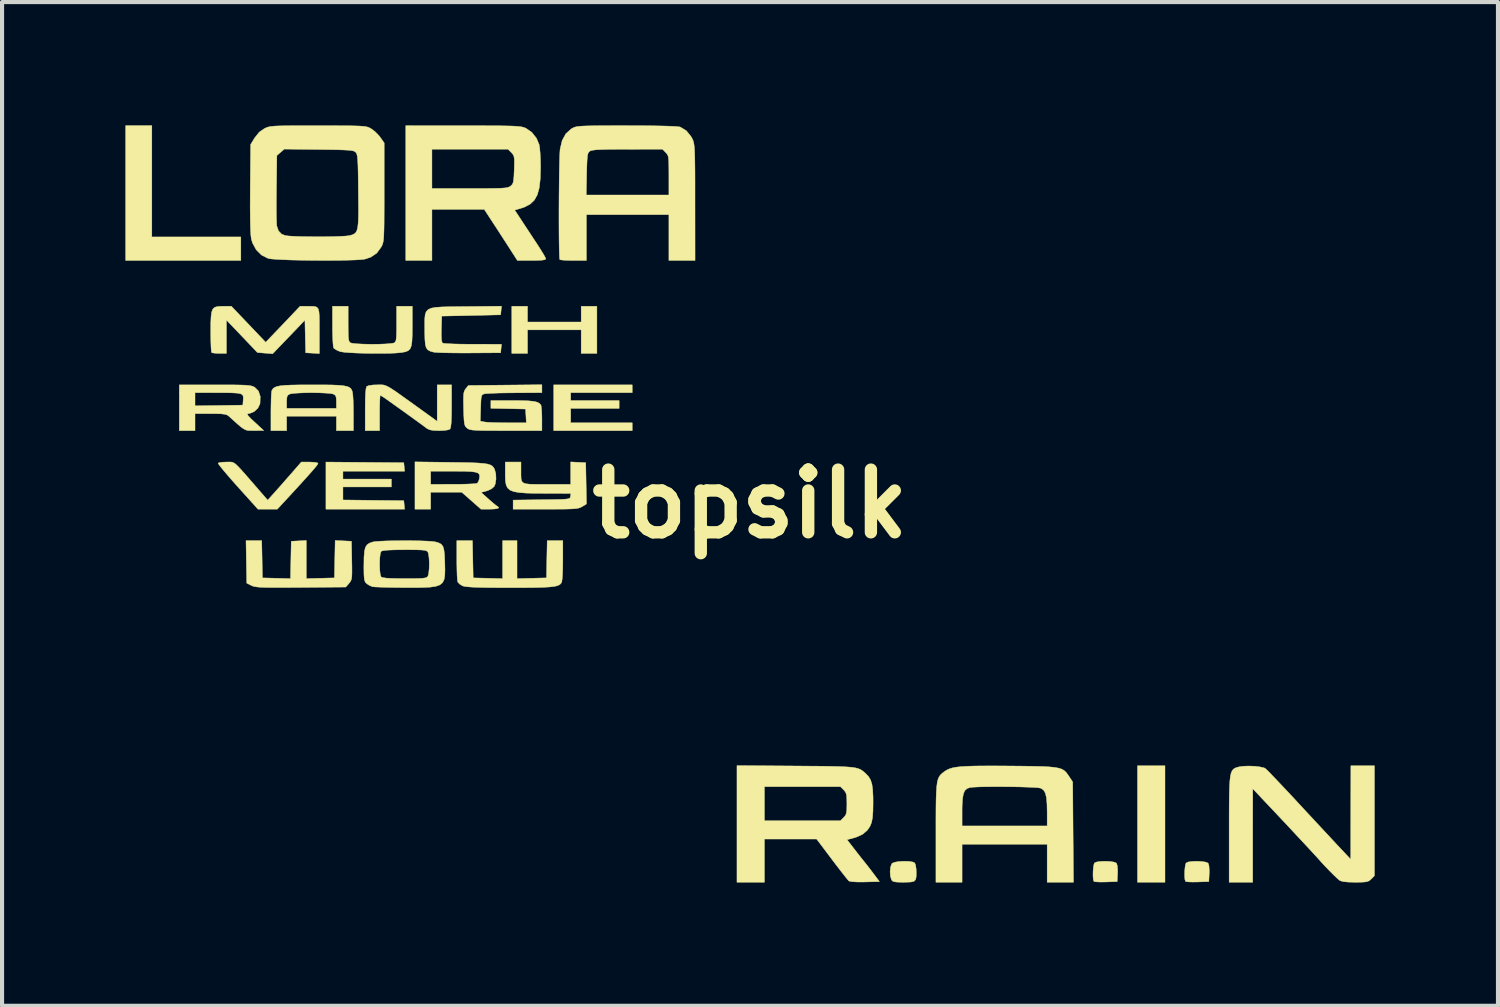
<source format=kicad_pcb>
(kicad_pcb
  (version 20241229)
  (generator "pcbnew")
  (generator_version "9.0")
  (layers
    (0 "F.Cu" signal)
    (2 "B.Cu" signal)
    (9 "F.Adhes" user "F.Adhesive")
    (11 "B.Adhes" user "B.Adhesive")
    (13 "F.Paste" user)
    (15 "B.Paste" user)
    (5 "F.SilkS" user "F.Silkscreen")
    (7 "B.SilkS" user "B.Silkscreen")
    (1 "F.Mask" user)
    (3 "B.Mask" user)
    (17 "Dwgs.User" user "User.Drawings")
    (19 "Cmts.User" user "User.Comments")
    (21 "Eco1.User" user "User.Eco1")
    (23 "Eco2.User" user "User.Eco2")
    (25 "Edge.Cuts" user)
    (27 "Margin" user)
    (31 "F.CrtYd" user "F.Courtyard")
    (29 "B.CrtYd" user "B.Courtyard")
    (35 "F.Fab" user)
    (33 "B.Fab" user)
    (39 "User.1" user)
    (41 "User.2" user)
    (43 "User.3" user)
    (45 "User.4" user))
  (footprint "topsilk"
    (layer "F.Cu")
    (at 15.188 9.204)
    (property "Reference" "topsilk" (at 0 0 0) (layer "F.SilkS") (effects (font (size 1.524 1.524) (thickness 0.3))))
    (attr through_hole)
    (fp_poly (pts (xy 10.09 9.199) (xy 9.422 9.199) (xy 9.422 6.366) (xy 10.09 6.366) (xy 10.09 9.199)) (stroke (width 0.01) (type solid)) (fill yes) (layer "F.SilkS"))
    (fp_poly (pts (xy -14.546 -6.493) (xy -12.382 -6.493) (xy -12.382 -5.92) (xy -15.183 -5.92) (xy -15.183 -9.199) (xy -14.546 -9.199) (xy -14.546 -6.493)) (stroke (width 0.01) (type solid)) (fill yes) (layer "F.SilkS"))
    (fp_poly (pts (xy -5.411 -4.424) (xy -4.106 -4.424) (xy -4.106 -4.806) (xy -3.724 -4.806) (xy -3.724 -3.66) (xy -4.106 -3.66) (xy -4.106 -4.233) (xy -5.411 -4.233) (xy -5.411 -3.66) (xy -5.793 -3.66) (xy -5.793 -4.806) (xy -5.411 -4.806) (xy -5.411 -4.424)) (stroke (width 0.01) (type solid)) (fill yes) (layer "F.SilkS"))
    (fp_poly (pts (xy -2.865 -2.706) (xy -4.361 -2.706) (xy -4.361 -2.515) (xy -3.183 -2.515) (xy -3.183 -2.324) (xy -4.361 -2.324) (xy -4.361 -1.973) (xy -2.865 -1.973) (xy -2.865 -1.782) (xy -4.774 -1.782) (xy -4.774 -2.896) (xy -2.865 -2.896) (xy -2.865 -2.706)) (stroke (width 0.01) (type solid)) (fill yes) (layer "F.SilkS"))
    (fp_poly (pts (xy -8.419 -1.003) (xy -8.399 -0.796) (xy -9.899 -0.796) (xy -9.899 -0.605) (xy -8.721 -0.605) (xy -8.721 -0.414) (xy -9.899 -0.414) (xy -9.899 -0.097) (xy -9.159 -0.088) (xy -8.419 -0.08) (xy -8.409 0.024) (xy -8.399 0.127) (xy -10.313 0.127) (xy -10.313 -1.019) (xy -8.419 -1.003)) (stroke (width 0.01) (type solid)) (fill yes) (layer "F.SilkS"))
    (fp_poly (pts (xy 8.762 8.695) (xy 8.856 8.71) (xy 8.909 8.734) (xy 8.91 8.734) (xy 8.93 8.794) (xy 8.939 8.901) (xy 8.938 8.981) (xy 8.928 9.183) (xy 8.656 9.192) (xy 8.53 9.194) (xy 8.429 9.19) (xy 8.37 9.182) (xy 8.362 9.179) (xy 8.346 9.131) (xy 8.34 9.042) (xy 8.341 8.935) (xy 8.35 8.831) (xy 8.365 8.754) (xy 8.378 8.728) (xy 8.433 8.705) (xy 8.529 8.692) (xy 8.646 8.689) (xy 8.762 8.695)) (stroke (width 0.01) (type solid)) (fill yes) (layer "F.SilkS"))
    (fp_poly (pts (xy 10.99 8.695) (xy 11.085 8.71) (xy 11.138 8.734) (xy 11.138 8.734) (xy 11.159 8.794) (xy 11.167 8.901) (xy 11.166 8.981) (xy 11.156 9.183) (xy 10.884 9.192) (xy 10.758 9.194) (xy 10.657 9.19) (xy 10.598 9.182) (xy 10.59 9.179) (xy 10.574 9.131) (xy 10.568 9.042) (xy 10.569 8.935) (xy 10.578 8.831) (xy 10.593 8.754) (xy 10.606 8.728) (xy 10.661 8.705) (xy 10.757 8.692) (xy 10.874 8.689) (xy 10.99 8.695)) (stroke (width 0.01) (type solid)) (fill yes) (layer "F.SilkS"))
    (fp_poly (pts (xy 3.854 8.691) (xy 3.951 8.705) (xy 4.004 8.728) (xy 4.025 8.779) (xy 4.039 8.874) (xy 4.042 8.963) (xy 4.04 9.068) (xy 4.026 9.136) (xy 3.988 9.175) (xy 3.916 9.193) (xy 3.798 9.198) (xy 3.707 9.199) (xy 3.582 9.196) (xy 3.505 9.187) (xy 3.461 9.167) (xy 3.439 9.137) (xy 3.413 9.05) (xy 3.406 8.939) (xy 3.417 8.832) (xy 3.445 8.753) (xy 3.456 8.739) (xy 3.515 8.713) (xy 3.615 8.696) (xy 3.735 8.688) (xy 3.854 8.691)) (stroke (width 0.01) (type solid)) (fill yes) (layer "F.SilkS"))
    (fp_poly (pts (xy -10.79 1.816) (xy -10.448 1.807) (xy -10.106 1.798) (xy -10.088 0.888) (xy -9.692 0.907) (xy -9.683 1.374) (xy -9.68 1.556) (xy -9.68 1.685) (xy -9.684 1.774) (xy -9.694 1.835) (xy -9.712 1.877) (xy -9.737 1.914) (xy -9.752 1.931) (xy -9.83 2.021) (xy -10.923 2.03) (xy -11.219 2.032) (xy -11.458 2.033) (xy -11.647 2.032) (xy -11.793 2.03) (xy -11.904 2.026) (xy -11.985 2.019) (xy -12.044 2.01) (xy -12.088 1.999) (xy -12.123 1.984) (xy -12.127 1.982) (xy -12.238 1.926) (xy -12.256 0.891) (xy -11.874 0.891) (xy -11.865 1.345) (xy -11.857 1.798) (xy -11.515 1.807) (xy -11.174 1.816) (xy -11.165 1.362) (xy -11.156 0.907) (xy -10.973 0.898) (xy -10.79 0.888) (xy -10.79 1.816)) (stroke (width 0.01) (type solid)) (fill yes) (layer "F.SilkS"))
    (fp_poly (pts (xy -6.064 -4.599) (xy -7.496 -4.568) (xy -7.505 -4.252) (xy -7.507 -4.092) (xy -7.501 -3.986) (xy -7.487 -3.927) (xy -7.473 -3.91) (xy -7.43 -3.903) (xy -7.334 -3.896) (xy -7.193 -3.89) (xy -7.019 -3.886) (xy -6.82 -3.884) (xy -6.738 -3.884) (xy -6.044 -3.883) (xy -6.054 -3.78) (xy -6.064 -3.676) (xy -6.827 -3.671) (xy -7.048 -3.671) (xy -7.253 -3.673) (xy -7.431 -3.676) (xy -7.573 -3.681) (xy -7.668 -3.688) (xy -7.698 -3.692) (xy -7.779 -3.715) (xy -7.836 -3.747) (xy -7.874 -3.799) (xy -7.896 -3.879) (xy -7.906 -4) (xy -7.91 -4.17) (xy -7.91 -4.234) (xy -7.911 -4.388) (xy -7.909 -4.511) (xy -7.899 -4.606) (xy -7.874 -4.677) (xy -7.826 -4.727) (xy -7.751 -4.761) (xy -7.64 -4.781) (xy -7.489 -4.791) (xy -7.29 -4.796) (xy -7.036 -4.799) (xy -6.904 -4.8) (xy -6.043 -4.809) (xy -6.064 -4.599)) (stroke (width 0.01) (type solid)) (fill yes) (layer "F.SilkS"))
    (fp_poly (pts (xy -12.589 -1.014) (xy -12.549 -0.997) (xy -12.503 -0.964) (xy -12.445 -0.908) (xy -12.368 -0.826) (xy -12.268 -0.713) (xy -12.137 -0.562) (xy -11.969 -0.369) (xy -11.968 -0.367) (xy -11.729 -0.092) (xy -11.591 -0.245) (xy -11.515 -0.33) (xy -11.41 -0.448) (xy -11.293 -0.582) (xy -11.182 -0.708) (xy -10.911 -1.019) (xy -10.707 -1.019) (xy -10.603 -1.014) (xy -10.529 -1.003) (xy -10.504 -0.989) (xy -10.512 -0.969) (xy -10.537 -0.932) (xy -10.585 -0.874) (xy -10.657 -0.79) (xy -10.758 -0.676) (xy -10.89 -0.53) (xy -11.058 -0.346) (xy -11.265 -0.121) (xy -11.341 -0.039) (xy -11.495 0.127) (xy -11.965 0.127) (xy -12.458 -0.42) (xy -12.597 -0.576) (xy -12.72 -0.718) (xy -12.82 -0.837) (xy -12.892 -0.927) (xy -12.931 -0.981) (xy -12.935 -0.993) (xy -12.897 -1.007) (xy -12.815 -1.016) (xy -12.731 -1.019) (xy -12.673 -1.02) (xy -12.628 -1.02) (xy -12.589 -1.014)) (stroke (width 0.01) (type solid)) (fill yes) (layer "F.SilkS"))
    (fp_poly (pts (xy -6.741 1.345) (xy -6.732 1.798) (xy -6.016 1.816) (xy -6.016 0.891) (xy -5.666 0.891) (xy -5.666 1.816) (xy -4.949 1.798) (xy -4.941 1.345) (xy -4.932 0.891) (xy -4.552 0.891) (xy -4.552 1.371) (xy -4.554 1.543) (xy -4.559 1.696) (xy -4.567 1.817) (xy -4.578 1.893) (xy -4.583 1.909) (xy -4.606 1.942) (xy -4.641 1.969) (xy -4.694 1.991) (xy -4.77 2.007) (xy -4.877 2.019) (xy -5.021 2.027) (xy -5.207 2.033) (xy -5.442 2.035) (xy -5.732 2.036) (xy -5.853 2.036) (xy -6.159 2.035) (xy -6.407 2.033) (xy -6.604 2.029) (xy -6.754 2.023) (xy -6.864 2.015) (xy -6.939 2.006) (xy -6.986 1.993) (xy -6.99 1.992) (xy -7.064 1.947) (xy -7.108 1.897) (xy -7.109 1.895) (xy -7.116 1.845) (xy -7.123 1.744) (xy -7.127 1.606) (xy -7.13 1.441) (xy -7.13 1.366) (xy -7.13 0.891) (xy -6.75 0.891) (xy -6.741 1.345)) (stroke (width 0.01) (type solid)) (fill yes) (layer "F.SilkS"))
    (fp_poly (pts (xy -10.584 -4.802) (xy -10.533 -4.784) (xy -10.5 -4.744) (xy -10.482 -4.674) (xy -10.474 -4.566) (xy -10.472 -4.41) (xy -10.472 -4.212) (xy -10.472 -3.657) (xy -10.639 -3.667) (xy -10.806 -3.676) (xy -10.815 -4.073) (xy -10.824 -4.469) (xy -11.216 -4.06) (xy -11.608 -3.652) (xy -11.979 -3.682) (xy -12.355 -4.077) (xy -12.732 -4.472) (xy -12.732 -4.066) (xy -12.732 -3.66) (xy -12.902 -3.66) (xy -13.001 -3.664) (xy -13.072 -3.674) (xy -13.093 -3.682) (xy -13.1 -3.719) (xy -13.106 -3.809) (xy -13.111 -3.939) (xy -13.113 -4.098) (xy -13.114 -4.184) (xy -13.113 -4.397) (xy -13.106 -4.555) (xy -13.091 -4.666) (xy -13.063 -4.739) (xy -13.017 -4.781) (xy -12.951 -4.8) (xy -12.859 -4.806) (xy -12.813 -4.806) (xy -12.611 -4.806) (xy -12.194 -4.369) (xy -11.777 -3.931) (xy -11.549 -4.17) (xy -11.425 -4.299) (xy -11.291 -4.44) (xy -11.17 -4.567) (xy -11.132 -4.607) (xy -10.943 -4.806) (xy -10.758 -4.806) (xy -10.658 -4.807) (xy -10.584 -4.802)) (stroke (width 0.01) (type solid)) (fill yes) (layer "F.SilkS"))
    (fp_poly (pts (xy -3.995 -1.003) (xy -3.986 -0.501) (xy -3.977 -0.000047) (xy -4.081 0.064) (xy -4.118 0.083) (xy -4.16 0.099) (xy -4.215 0.11) (xy -4.293 0.118) (xy -4.401 0.123) (xy -4.548 0.126) (xy -4.742 0.127) (xy -4.973 0.127) (xy -5.761 0.127) (xy -5.761 -0.094) (xy -5.069 -0.103) (xy -4.842 -0.106) (xy -4.671 -0.109) (xy -4.548 -0.113) (xy -4.464 -0.119) (xy -4.412 -0.128) (xy -4.384 -0.141) (xy -4.372 -0.158) (xy -4.367 -0.181) (xy -4.366 -0.183) (xy -4.356 -0.255) (xy -4.939 -0.257) (xy -5.22 -0.258) (xy -5.443 -0.264) (xy -5.616 -0.277) (xy -5.744 -0.3) (xy -5.835 -0.336) (xy -5.895 -0.388) (xy -5.93 -0.459) (xy -5.947 -0.553) (xy -5.952 -0.672) (xy -5.952 -0.736) (xy -5.952 -1.019) (xy -5.57 -1.019) (xy -5.57 -0.82) (xy -5.57 -0.702) (xy -5.567 -0.615) (xy -5.552 -0.554) (xy -5.516 -0.514) (xy -5.452 -0.491) (xy -5.352 -0.48) (xy -5.206 -0.477) (xy -5.007 -0.477) (xy -4.946 -0.477) (xy -4.361 -0.477) (xy -4.361 -1.022) (xy -3.995 -1.003)) (stroke (width 0.01) (type solid)) (fill yes) (layer "F.SilkS"))
    (fp_poly (pts (xy -9.772 -4.378) (xy -9.771 -4.204) (xy -9.768 -4.083) (xy -9.761 -4.004) (xy -9.749 -3.956) (xy -9.73 -3.929) (xy -9.71 -3.916) (xy -9.657 -3.904) (xy -9.552 -3.894) (xy -9.409 -3.887) (xy -9.241 -3.883) (xy -9.183 -3.883) (xy -9.009 -3.885) (xy -8.856 -3.891) (xy -8.738 -3.901) (xy -8.667 -3.912) (xy -8.656 -3.916) (xy -8.631 -3.935) (xy -8.613 -3.966) (xy -8.603 -4.02) (xy -8.597 -4.108) (xy -8.594 -4.242) (xy -8.594 -4.378) (xy -8.594 -4.806) (xy -8.212 -4.806) (xy -8.212 -4.314) (xy -8.214 -4.105) (xy -8.221 -3.951) (xy -8.237 -3.842) (xy -8.267 -3.77) (xy -8.315 -3.725) (xy -8.383 -3.699) (xy -8.478 -3.682) (xy -8.489 -3.68) (xy -8.605 -3.67) (xy -8.762 -3.663) (xy -8.947 -3.66) (xy -9.148 -3.66) (xy -9.352 -3.663) (xy -9.547 -3.669) (xy -9.721 -3.677) (xy -9.861 -3.688) (xy -9.954 -3.702) (xy -9.975 -3.707) (xy -10.06 -3.745) (xy -10.118 -3.784) (xy -10.126 -3.794) (xy -10.135 -3.839) (xy -10.143 -3.935) (xy -10.149 -4.071) (xy -10.153 -4.234) (xy -10.153 -4.321) (xy -10.154 -4.806) (xy -9.772 -4.806) (xy -9.772 -4.378)) (stroke (width 0.01) (type solid)) (fill yes) (layer "F.SilkS"))
    (fp_poly (pts (xy -8.954 -2.897) (xy -8.909 -2.892) (xy -8.861 -2.878) (xy -8.805 -2.852) (xy -8.734 -2.811) (xy -8.642 -2.751) (xy -8.522 -2.667) (xy -8.368 -2.557) (xy -8.173 -2.417) (xy -7.981 -2.279) (xy -7.607 -2.009) (xy -7.607 -2.896) (xy -7.257 -2.896) (xy -7.257 -2.378) (xy -7.259 -2.154) (xy -7.265 -1.99) (xy -7.276 -1.883) (xy -7.291 -1.827) (xy -7.295 -1.821) (xy -7.348 -1.8) (xy -7.449 -1.786) (xy -7.562 -1.782) (xy -7.698 -1.787) (xy -7.789 -1.803) (xy -7.854 -1.834) (xy -7.869 -1.845) (xy -7.924 -1.886) (xy -8.02 -1.957) (xy -8.148 -2.05) (xy -8.298 -2.158) (xy -8.46 -2.275) (xy -8.623 -2.391) (xy -8.777 -2.501) (xy -8.824 -2.535) (xy -8.908 -2.593) (xy -8.97 -2.631) (xy -8.992 -2.642) (xy -8.997 -2.612) (xy -9.002 -2.53) (xy -9.006 -2.408) (xy -9.008 -2.256) (xy -9.008 -2.212) (xy -9.008 -1.782) (xy -9.358 -1.782) (xy -9.358 -2.301) (xy -9.356 -2.525) (xy -9.35 -2.688) (xy -9.339 -2.796) (xy -9.324 -2.852) (xy -9.32 -2.858) (xy -9.267 -2.879) (xy -9.168 -2.893) (xy -9.064 -2.896) (xy -9.004 -2.897) (xy -8.954 -2.897)) (stroke (width 0.01) (type solid)) (fill yes) (layer "F.SilkS"))
    (fp_poly (pts (xy -7.281 -1.012) (xy -7.001 -1.008) (xy -6.778 -1.003) (xy -6.605 -0.995) (xy -6.474 -0.984) (xy -6.378 -0.969) (xy -6.311 -0.947) (xy -6.265 -0.919) (xy -6.234 -0.883) (xy -6.21 -0.838) (xy -6.182 -0.731) (xy -6.177 -0.604) (xy -6.195 -0.487) (xy -6.224 -0.422) (xy -6.285 -0.369) (xy -6.378 -0.325) (xy -6.406 -0.316) (xy -6.539 -0.28) (xy -6.349 -0.11) (xy -6.257 -0.03) (xy -6.183 0.031) (xy -6.14 0.061) (xy -6.135 0.062) (xy -6.112 0.088) (xy -6.111 0.095) (xy -6.141 0.112) (xy -6.219 0.123) (xy -6.327 0.127) (xy -6.542 0.127) (xy -6.777 -0.08) (xy -7.012 -0.286) (xy -7.766 -0.286) (xy -7.766 0.127) (xy -8.148 0.127) (xy -8.148 -0.796) (xy -7.766 -0.796) (xy -7.766 -0.477) (xy -7.217 -0.478) (xy -7.035 -0.479) (xy -6.875 -0.483) (xy -6.746 -0.489) (xy -6.662 -0.496) (xy -6.633 -0.502) (xy -6.602 -0.548) (xy -6.582 -0.615) (xy -6.575 -0.675) (xy -6.584 -0.72) (xy -6.618 -0.753) (xy -6.683 -0.774) (xy -6.787 -0.787) (xy -6.937 -0.794) (xy -7.142 -0.796) (xy -7.212 -0.796) (xy -7.766 -0.796) (xy -8.148 -0.796) (xy -8.148 -1.023) (xy -7.281 -1.012)) (stroke (width 0.01) (type solid)) (fill yes) (layer "F.SilkS"))
    (fp_poly (pts (xy -13.01 -2.896) (xy -12.751 -2.896) (xy -12.547 -2.895) (xy -12.391 -2.892) (xy -12.275 -2.888) (xy -12.191 -2.881) (xy -12.131 -2.871) (xy -12.087 -2.858) (xy -12.052 -2.84) (xy -12.041 -2.834) (xy -11.953 -2.745) (xy -11.91 -2.615) (xy -11.915 -2.45) (xy -11.918 -2.433) (xy -11.967 -2.33) (xy -12.057 -2.246) (xy -12.168 -2.2) (xy -12.207 -2.196) (xy -12.225 -2.184) (xy -12.206 -2.148) (xy -12.144 -2.081) (xy -12.047 -1.99) (xy -11.825 -1.785) (xy -12.052 -1.784) (xy -12.136 -1.783) (xy -12.2 -1.786) (xy -12.255 -1.797) (xy -12.31 -1.824) (xy -12.377 -1.871) (xy -12.464 -1.945) (xy -12.582 -2.051) (xy -12.682 -2.141) (xy -12.719 -2.165) (xy -12.775 -2.181) (xy -12.86 -2.191) (xy -12.987 -2.195) (xy -13.12 -2.196) (xy -13.496 -2.196) (xy -13.496 -1.782) (xy -13.878 -1.782) (xy -13.878 -2.386) (xy -13.496 -2.386) (xy -12.915 -2.394) (xy -12.334 -2.403) (xy -12.324 -2.534) (xy -12.322 -2.591) (xy -12.329 -2.633) (xy -12.354 -2.664) (xy -12.404 -2.684) (xy -12.488 -2.696) (xy -12.612 -2.702) (xy -12.786 -2.705) (xy -12.979 -2.705) (xy -13.496 -2.706) (xy -13.496 -2.386) (xy -13.878 -2.386) (xy -13.878 -2.896) (xy -13.01 -2.896)) (stroke (width 0.01) (type solid)) (fill yes) (layer "F.SilkS"))
    (fp_poly (pts (xy -10.376 -2.896) (xy -10.162 -2.893) (xy -9.997 -2.886) (xy -9.876 -2.873) (xy -9.789 -2.855) (xy -9.732 -2.828) (xy -9.696 -2.792) (xy -9.675 -2.745) (xy -9.665 -2.703) (xy -9.657 -2.633) (xy -9.65 -2.515) (xy -9.646 -2.366) (xy -9.644 -2.201) (xy -9.644 -2.192) (xy -9.644 -1.782) (xy -10.058 -1.782) (xy -10.058 -2.133) (xy -11.268 -2.133) (xy -11.268 -1.782) (xy -11.65 -1.782) (xy -11.65 -2.241) (xy -11.648 -2.409) (xy -11.646 -2.483) (xy -11.268 -2.483) (xy -11.268 -2.324) (xy -10.058 -2.324) (xy -10.058 -2.483) (xy -10.062 -2.581) (xy -10.079 -2.635) (xy -10.117 -2.665) (xy -10.14 -2.674) (xy -10.201 -2.686) (xy -10.311 -2.695) (xy -10.457 -2.702) (xy -10.622 -2.705) (xy -10.663 -2.706) (xy -10.831 -2.703) (xy -10.983 -2.697) (xy -11.102 -2.688) (xy -11.177 -2.677) (xy -11.186 -2.674) (xy -11.235 -2.648) (xy -11.259 -2.606) (xy -11.267 -2.528) (xy -11.268 -2.483) (xy -11.646 -2.483) (xy -11.645 -2.557) (xy -11.639 -2.672) (xy -11.632 -2.741) (xy -11.63 -2.752) (xy -11.608 -2.794) (xy -11.572 -2.827) (xy -11.516 -2.853) (xy -11.433 -2.871) (xy -11.315 -2.884) (xy -11.156 -2.891) (xy -10.948 -2.895) (xy -10.684 -2.896) (xy -10.647 -2.896) (xy -10.376 -2.896)) (stroke (width 0.01) (type solid)) (fill yes) (layer "F.SilkS"))
    (fp_poly (pts (xy -5.061 -2.706) (xy -5.721 -2.702) (xy -5.925 -2.7) (xy -6.111 -2.697) (xy -6.268 -2.691) (xy -6.387 -2.685) (xy -6.454 -2.679) (xy -6.461 -2.677) (xy -6.498 -2.664) (xy -6.521 -2.641) (xy -6.535 -2.596) (xy -6.543 -2.517) (xy -6.548 -2.39) (xy -6.55 -2.334) (xy -6.559 -2.014) (xy -6.458 -1.994) (xy -6.391 -1.986) (xy -6.274 -1.98) (xy -6.123 -1.976) (xy -5.952 -1.974) (xy -5.899 -1.973) (xy -5.44 -1.973) (xy -5.449 -2.141) (xy -5.459 -2.308) (xy -5.881 -2.317) (xy -6.302 -2.325) (xy -6.302 -2.515) (xy -5.775 -2.515) (xy -5.553 -2.513) (xy -5.386 -2.507) (xy -5.265 -2.495) (xy -5.181 -2.476) (xy -5.125 -2.448) (xy -5.088 -2.41) (xy -5.085 -2.406) (xy -5.075 -2.361) (xy -5.067 -2.268) (xy -5.062 -2.144) (xy -5.061 -2.077) (xy -5.061 -1.782) (xy -5.933 -1.782) (xy -6.193 -1.783) (xy -6.396 -1.784) (xy -6.552 -1.786) (xy -6.666 -1.791) (xy -6.748 -1.797) (xy -6.804 -1.807) (xy -6.842 -1.819) (xy -6.87 -1.836) (xy -6.88 -1.843) (xy -6.911 -1.872) (xy -6.932 -1.907) (xy -6.946 -1.961) (xy -6.955 -2.045) (xy -6.961 -2.171) (xy -6.965 -2.314) (xy -6.969 -2.486) (xy -6.968 -2.606) (xy -6.962 -2.687) (xy -6.948 -2.742) (xy -6.927 -2.783) (xy -6.912 -2.802) (xy -6.849 -2.881) (xy -5.955 -2.89) (xy -5.061 -2.899) (xy -5.061 -2.706)) (stroke (width 0.01) (type solid)) (fill yes) (layer "F.SilkS"))
    (fp_poly (pts (xy 15.183 9.042) (xy 15.105 9.121) (xy 15.064 9.157) (xy 15.018 9.18) (xy 14.954 9.192) (xy 14.854 9.198) (xy 14.714 9.199) (xy 14.545 9.195) (xy 14.429 9.184) (xy 14.354 9.163) (xy 14.332 9.15) (xy 14.278 9.104) (xy 14.194 9.024) (xy 14.093 8.923) (xy 13.988 8.814) (xy 13.892 8.71) (xy 13.856 8.669) (xy 13.81 8.618) (xy 13.728 8.529) (xy 13.618 8.409) (xy 13.487 8.268) (xy 13.343 8.114) (xy 13.194 7.954) (xy 13.048 7.797) (xy 12.911 7.652) (xy 12.81 7.544) (xy 12.687 7.414) (xy 12.561 7.281) (xy 12.448 7.161) (xy 12.389 7.098) (xy 12.224 6.923) (xy 12.223 8.061) (xy 12.223 9.199) (xy 11.65 9.199) (xy 11.65 7.922) (xy 11.65 7.579) (xy 11.651 7.294) (xy 11.654 7.062) (xy 11.659 6.876) (xy 11.668 6.731) (xy 11.681 6.621) (xy 11.699 6.541) (xy 11.724 6.485) (xy 11.755 6.448) (xy 11.794 6.423) (xy 11.842 6.406) (xy 11.884 6.394) (xy 11.99 6.378) (xy 12.126 6.373) (xy 12.269 6.378) (xy 12.4 6.394) (xy 12.499 6.417) (xy 12.529 6.432) (xy 12.564 6.464) (xy 12.637 6.537) (xy 12.742 6.646) (xy 12.873 6.784) (xy 13.026 6.946) (xy 13.194 7.125) (xy 13.313 7.254) (xy 13.502 7.458) (xy 13.691 7.661) (xy 13.872 7.856) (xy 14.037 8.033) (xy 14.178 8.185) (xy 14.287 8.302) (xy 14.322 8.339) (xy 14.607 8.642) (xy 14.608 7.504) (xy 14.61 6.366) (xy 15.183 6.366) (xy 15.183 9.042)) (stroke (width 0.01) (type solid)) (fill yes) (layer "F.SilkS"))
    (fp_poly (pts (xy 6.019 6.37) (xy 6.312 6.372) (xy 6.631 6.375) (xy 6.894 6.379) (xy 7.106 6.384) (xy 7.274 6.393) (xy 7.405 6.406) (xy 7.504 6.424) (xy 7.579 6.448) (xy 7.635 6.48) (xy 7.68 6.52) (xy 7.72 6.571) (xy 7.756 6.624) (xy 7.846 6.759) (xy 7.855 7.979) (xy 7.865 9.199) (xy 7.225 9.199) (xy 7.225 8.276) (xy 5.156 8.276) (xy 5.156 9.199) (xy 4.52 9.199) (xy 4.52 8.004) (xy 4.52 7.677) (xy 4.521 7.462) (xy 5.156 7.462) (xy 5.156 7.83) (xy 7.225 7.83) (xy 7.225 7.504) (xy 7.221 7.296) (xy 7.208 7.142) (xy 7.182 7.034) (xy 7.142 6.963) (xy 7.086 6.92) (xy 7.061 6.91) (xy 7.002 6.9) (xy 6.89 6.892) (xy 6.738 6.886) (xy 6.555 6.88) (xy 6.352 6.877) (xy 6.142 6.875) (xy 5.935 6.875) (xy 5.741 6.876) (xy 5.574 6.88) (xy 5.442 6.886) (xy 5.358 6.894) (xy 5.35 6.895) (xy 5.276 6.921) (xy 5.223 6.97) (xy 5.187 7.052) (xy 5.167 7.174) (xy 5.157 7.346) (xy 5.156 7.462) (xy 4.521 7.462) (xy 4.521 7.407) (xy 4.524 7.188) (xy 4.53 7.014) (xy 4.539 6.879) (xy 4.552 6.775) (xy 4.571 6.697) (xy 4.596 6.638) (xy 4.627 6.593) (xy 4.667 6.554) (xy 4.715 6.516) (xy 4.719 6.513) (xy 4.774 6.476) (xy 4.837 6.445) (xy 4.914 6.42) (xy 5.01 6.401) (xy 5.134 6.387) (xy 5.29 6.378) (xy 5.485 6.372) (xy 5.726 6.37) (xy 6.019 6.37)) (stroke (width 0.01) (type solid)) (fill yes) (layer "F.SilkS"))
    (fp_poly (pts (xy 1.106 6.372) (xy 1.455 6.375) (xy 1.747 6.377) (xy 1.987 6.381) (xy 2.181 6.386) (xy 2.336 6.393) (xy 2.457 6.402) (xy 2.55 6.415) (xy 2.621 6.432) (xy 2.676 6.453) (xy 2.722 6.48) (xy 2.763 6.512) (xy 2.807 6.551) (xy 2.812 6.555) (xy 2.881 6.628) (xy 2.93 6.709) (xy 2.963 6.81) (xy 2.982 6.944) (xy 2.991 7.121) (xy 2.992 7.262) (xy 2.989 7.468) (xy 2.978 7.623) (xy 2.956 7.741) (xy 2.92 7.833) (xy 2.868 7.913) (xy 2.841 7.945) (xy 2.732 8.036) (xy 2.579 8.104) (xy 2.492 8.13) (xy 2.358 8.164) (xy 2.519 8.371) (xy 2.61 8.488) (xy 2.699 8.602) (xy 2.77 8.69) (xy 2.776 8.698) (xy 2.847 8.787) (xy 2.935 8.901) (xy 3.01 9) (xy 3.147 9.183) (xy 2.796 9.192) (xy 2.617 9.193) (xy 2.488 9.186) (xy 2.413 9.172) (xy 2.402 9.166) (xy 2.37 9.13) (xy 2.307 9.052) (xy 2.219 8.94) (xy 2.113 8.803) (xy 1.996 8.649) (xy 1.989 8.639) (xy 1.619 8.148) (xy 0.35 8.148) (xy 0.35 9.199) (xy -0.318 9.199) (xy -0.318 6.875) (xy 0.35 6.875) (xy 0.35 7.703) (xy 2.199 7.703) (xy 2.277 7.625) (xy 2.317 7.579) (xy 2.34 7.527) (xy 2.352 7.451) (xy 2.355 7.335) (xy 2.355 7.289) (xy 2.353 7.157) (xy 2.345 7.071) (xy 2.325 7.014) (xy 2.291 6.968) (xy 2.277 6.953) (xy 2.199 6.875) (xy 0.35 6.875) (xy -0.318 6.875) (xy -0.318 6.362) (xy 1.106 6.372)) (stroke (width 0.01) (type solid)) (fill yes) (layer "F.SilkS"))
    (fp_poly (pts (xy -6.979 -9.198) (xy -6.642 -9.198) (xy -6.363 -9.197) (xy -6.136 -9.196) (xy -5.954 -9.193) (xy -5.811 -9.19) (xy -5.702 -9.185) (xy -5.619 -9.178) (xy -5.558 -9.17) (xy -5.512 -9.159) (xy -5.474 -9.146) (xy -5.455 -9.138) (xy -5.307 -9.037) (xy -5.192 -8.891) (xy -5.128 -8.737) (xy -5.115 -8.658) (xy -5.104 -8.531) (xy -5.096 -8.373) (xy -5.093 -8.201) (xy -5.093 -8.173) (xy -5.101 -7.902) (xy -5.126 -7.685) (xy -5.173 -7.516) (xy -5.245 -7.387) (xy -5.346 -7.291) (xy -5.478 -7.221) (xy -5.574 -7.188) (xy -5.722 -7.146) (xy -5.565 -6.907) (xy -5.482 -6.78) (xy -5.378 -6.623) (xy -5.269 -6.456) (xy -5.187 -6.333) (xy -5.103 -6.202) (xy -5.033 -6.089) (xy -4.985 -6.005) (xy -4.966 -5.96) (xy -4.965 -5.959) (xy -4.987 -5.94) (xy -5.055 -5.928) (xy -5.177 -5.922) (xy -5.311 -5.92) (xy -5.657 -5.92) (xy -5.826 -6.183) (xy -5.912 -6.317) (xy -6.019 -6.482) (xy -6.132 -6.657) (xy -6.228 -6.804) (xy -6.462 -7.162) (xy -7.735 -7.162) (xy -7.735 -5.92) (xy -8.371 -5.92) (xy -8.371 -8.626) (xy -7.735 -8.626) (xy -7.735 -7.671) (xy -6.815 -7.671) (xy -6.548 -7.671) (xy -6.336 -7.672) (xy -6.174 -7.674) (xy -6.053 -7.678) (xy -5.966 -7.684) (xy -5.906 -7.693) (xy -5.865 -7.705) (xy -5.836 -7.72) (xy -5.82 -7.732) (xy -5.786 -7.764) (xy -5.764 -7.805) (xy -5.75 -7.868) (xy -5.741 -7.966) (xy -5.735 -8.113) (xy -5.734 -8.128) (xy -5.73 -8.279) (xy -5.731 -8.38) (xy -5.74 -8.445) (xy -5.758 -8.49) (xy -5.788 -8.528) (xy -5.805 -8.545) (xy -5.886 -8.626) (xy -7.735 -8.626) (xy -8.371 -8.626) (xy -8.371 -9.199) (xy -6.979 -9.198)) (stroke (width 0.01) (type solid)) (fill yes) (layer "F.SilkS"))
    (fp_poly (pts (xy -8.22 0.894) (xy -8.03 0.897) (xy -7.864 0.903) (xy -7.736 0.911) (xy -7.658 0.921) (xy -7.57 0.946) (xy -7.508 0.98) (xy -7.467 1.033) (xy -7.443 1.116) (xy -7.429 1.241) (xy -7.422 1.418) (xy -7.422 1.431) (xy -7.418 1.599) (xy -7.422 1.734) (xy -7.439 1.837) (xy -7.477 1.914) (xy -7.542 1.968) (xy -7.64 2.003) (xy -7.777 2.023) (xy -7.96 2.032) (xy -8.196 2.035) (xy -8.41 2.034) (xy -8.62 2.032) (xy -8.812 2.029) (xy -8.975 2.024) (xy -9.1 2.019) (xy -9.175 2.013) (xy -9.19 2.01) (xy -9.271 1.972) (xy -9.325 1.934) (xy -9.353 1.905) (xy -9.371 1.865) (xy -9.382 1.803) (xy -9.388 1.705) (xy -9.39 1.561) (xy -9.39 1.487) (xy -9.389 1.464) (xy -9.008 1.464) (xy -9.003 1.616) (xy -8.99 1.724) (xy -8.97 1.776) (xy -8.927 1.792) (xy -8.835 1.804) (xy -8.688 1.811) (xy -8.483 1.814) (xy -8.398 1.814) (xy -8.201 1.814) (xy -8.058 1.812) (xy -7.96 1.807) (xy -7.898 1.798) (xy -7.86 1.785) (xy -7.839 1.766) (xy -7.831 1.753) (xy -7.813 1.683) (xy -7.802 1.572) (xy -7.799 1.442) (xy -7.805 1.316) (xy -7.818 1.217) (xy -7.831 1.176) (xy -7.848 1.153) (xy -7.875 1.137) (xy -7.923 1.126) (xy -8 1.119) (xy -8.118 1.115) (xy -8.284 1.114) (xy -8.398 1.114) (xy -8.624 1.116) (xy -8.79 1.122) (xy -8.901 1.132) (xy -8.96 1.146) (xy -8.97 1.152) (xy -8.99 1.206) (xy -9.003 1.314) (xy -9.008 1.464) (xy -9.389 1.464) (xy -9.387 1.295) (xy -9.376 1.155) (xy -9.354 1.059) (xy -9.315 0.995) (xy -9.257 0.954) (xy -9.175 0.925) (xy -9.174 0.924) (xy -9.101 0.913) (xy -8.976 0.905) (xy -8.813 0.898) (xy -8.625 0.895) (xy -8.423 0.893) (xy -8.22 0.894)) (stroke (width 0.01) (type solid)) (fill yes) (layer "F.SilkS"))
    (fp_poly (pts (xy -2.644 -9.198) (xy -2.342 -9.195) (xy -2.095 -9.19) (xy -1.905 -9.184) (xy -1.773 -9.176) (xy -1.703 -9.167) (xy -1.697 -9.165) (xy -1.55 -9.076) (xy -1.434 -8.934) (xy -1.397 -8.865) (xy -1.383 -8.83) (xy -1.371 -8.79) (xy -1.362 -8.737) (xy -1.354 -8.667) (xy -1.348 -8.572) (xy -1.344 -8.448) (xy -1.341 -8.287) (xy -1.339 -8.084) (xy -1.338 -7.833) (xy -1.338 -7.528) (xy -1.338 -7.329) (xy -1.337 -5.92) (xy -1.973 -5.92) (xy -1.973 -7.034) (xy -3.979 -7.034) (xy -3.979 -5.92) (xy -4.292 -5.92) (xy -4.427 -5.922) (xy -4.538 -5.928) (xy -4.608 -5.936) (xy -4.626 -5.942) (xy -4.632 -5.978) (xy -4.636 -6.07) (xy -4.64 -6.21) (xy -4.643 -6.389) (xy -4.645 -6.599) (xy -4.646 -6.832) (xy -4.646 -7.08) (xy -4.645 -7.335) (xy -4.644 -7.512) (xy -3.983 -7.512) (xy -1.973 -7.512) (xy -1.973 -7.991) (xy -1.974 -8.175) (xy -1.976 -8.307) (xy -1.982 -8.397) (xy -1.992 -8.457) (xy -2.01 -8.498) (xy -2.035 -8.53) (xy -2.052 -8.548) (xy -2.13 -8.626) (xy -2.983 -8.625) (xy -3.246 -8.624) (xy -3.453 -8.622) (xy -3.611 -8.618) (xy -3.727 -8.613) (xy -3.807 -8.604) (xy -3.861 -8.594) (xy -3.893 -8.58) (xy -3.899 -8.576) (xy -3.923 -8.553) (xy -3.941 -8.519) (xy -3.953 -8.465) (xy -3.961 -8.379) (xy -3.967 -8.253) (xy -3.972 -8.076) (xy -3.973 -8.02) (xy -3.983 -7.512) (xy -4.644 -7.512) (xy -4.643 -7.589) (xy -4.641 -7.833) (xy -4.638 -8.06) (xy -4.634 -8.261) (xy -4.629 -8.429) (xy -4.624 -8.554) (xy -4.618 -8.629) (xy -4.568 -8.84) (xy -4.478 -9.003) (xy -4.346 -9.121) (xy -4.324 -9.134) (xy -4.292 -9.15) (xy -4.257 -9.164) (xy -4.212 -9.175) (xy -4.15 -9.183) (xy -4.066 -9.189) (xy -3.952 -9.193) (xy -3.801 -9.196) (xy -3.609 -9.198) (xy -3.367 -9.199) (xy -3.069 -9.199) (xy -2.998 -9.199) (xy -2.644 -9.198)) (stroke (width 0.01) (type solid)) (fill yes) (layer "F.SilkS"))
    (fp_poly (pts (xy -10.505 -9.198) (xy -10.202 -9.198) (xy -9.956 -9.197) (xy -9.76 -9.196) (xy -9.608 -9.193) (xy -9.492 -9.189) (xy -9.406 -9.183) (xy -9.344 -9.175) (xy -9.297 -9.164) (xy -9.261 -9.15) (xy -9.227 -9.132) (xy -9.216 -9.126) (xy -9.12 -9.055) (xy -9.026 -8.959) (xy -8.993 -8.917) (xy -8.896 -8.779) (xy -8.896 -7.581) (xy -8.896 -7.273) (xy -8.897 -7.022) (xy -8.898 -6.821) (xy -8.901 -6.664) (xy -8.905 -6.544) (xy -8.91 -6.454) (xy -8.918 -6.388) (xy -8.929 -6.339) (xy -8.942 -6.3) (xy -8.959 -6.265) (xy -8.967 -6.249) (xy -9.076 -6.1) (xy -9.222 -6.001) (xy -9.361 -5.954) (xy -9.444 -5.943) (xy -9.579 -5.934) (xy -9.756 -5.928) (xy -9.966 -5.923) (xy -10.199 -5.921) (xy -10.445 -5.921) (xy -10.695 -5.923) (xy -10.938 -5.927) (xy -11.166 -5.932) (xy -11.368 -5.94) (xy -11.535 -5.949) (xy -11.656 -5.959) (xy -11.719 -5.971) (xy -11.879 -6.052) (xy -12.009 -6.182) (xy -12.099 -6.349) (xy -12.128 -6.448) (xy -12.139 -6.54) (xy -12.147 -6.693) (xy -12.152 -6.905) (xy -12.155 -7.175) (xy -12.155 -7.231) (xy -11.519 -7.231) (xy -11.518 -7.048) (xy -11.515 -6.901) (xy -11.511 -6.801) (xy -11.508 -6.761) (xy -11.465 -6.637) (xy -11.388 -6.56) (xy -11.298 -6.526) (xy -11.221 -6.516) (xy -11.094 -6.508) (xy -10.93 -6.502) (xy -10.74 -6.499) (xy -10.536 -6.497) (xy -10.332 -6.498) (xy -10.138 -6.501) (xy -9.968 -6.507) (xy -9.833 -6.514) (xy -9.746 -6.524) (xy -9.732 -6.527) (xy -9.671 -6.545) (xy -9.623 -6.567) (xy -9.586 -6.6) (xy -9.559 -6.651) (xy -9.54 -6.726) (xy -9.528 -6.833) (xy -9.522 -6.978) (xy -9.52 -7.169) (xy -9.522 -7.411) (xy -9.524 -7.603) (xy -9.527 -7.867) (xy -9.53 -8.075) (xy -9.534 -8.234) (xy -9.54 -8.351) (xy -9.547 -8.434) (xy -9.557 -8.49) (xy -9.57 -8.526) (xy -9.586 -8.549) (xy -9.59 -8.553) (xy -9.612 -8.57) (xy -9.646 -8.584) (xy -9.698 -8.595) (xy -9.777 -8.602) (xy -9.89 -8.608) (xy -10.045 -8.613) (xy -10.248 -8.616) (xy -10.485 -8.619) (xy -11.324 -8.629) (xy -11.415 -8.551) (xy -11.506 -8.472) (xy -11.516 -7.666) (xy -11.518 -7.44) (xy -11.519 -7.231) (xy -12.155 -7.231) (xy -12.154 -7.499) (xy -12.153 -7.68) (xy -12.143 -8.742) (xy -12.047 -8.899) (xy -11.933 -9.042) (xy -11.81 -9.127) (xy -11.771 -9.146) (xy -11.733 -9.161) (xy -11.687 -9.173) (xy -11.627 -9.182) (xy -11.547 -9.189) (xy -11.439 -9.193) (xy -11.297 -9.196) (xy -11.114 -9.198) (xy -10.882 -9.198) (xy -10.596 -9.198) (xy -10.505 -9.198)) (stroke (width 0.01) (type solid)) (fill yes) (layer "F.SilkS")))
  (gr_rect
    (start -3 -3)
    (end 33.375 21.407)
    (stroke (width 0.1) (type default))
    (fill no)
    (layer "Edge.Cuts")))
</source>
